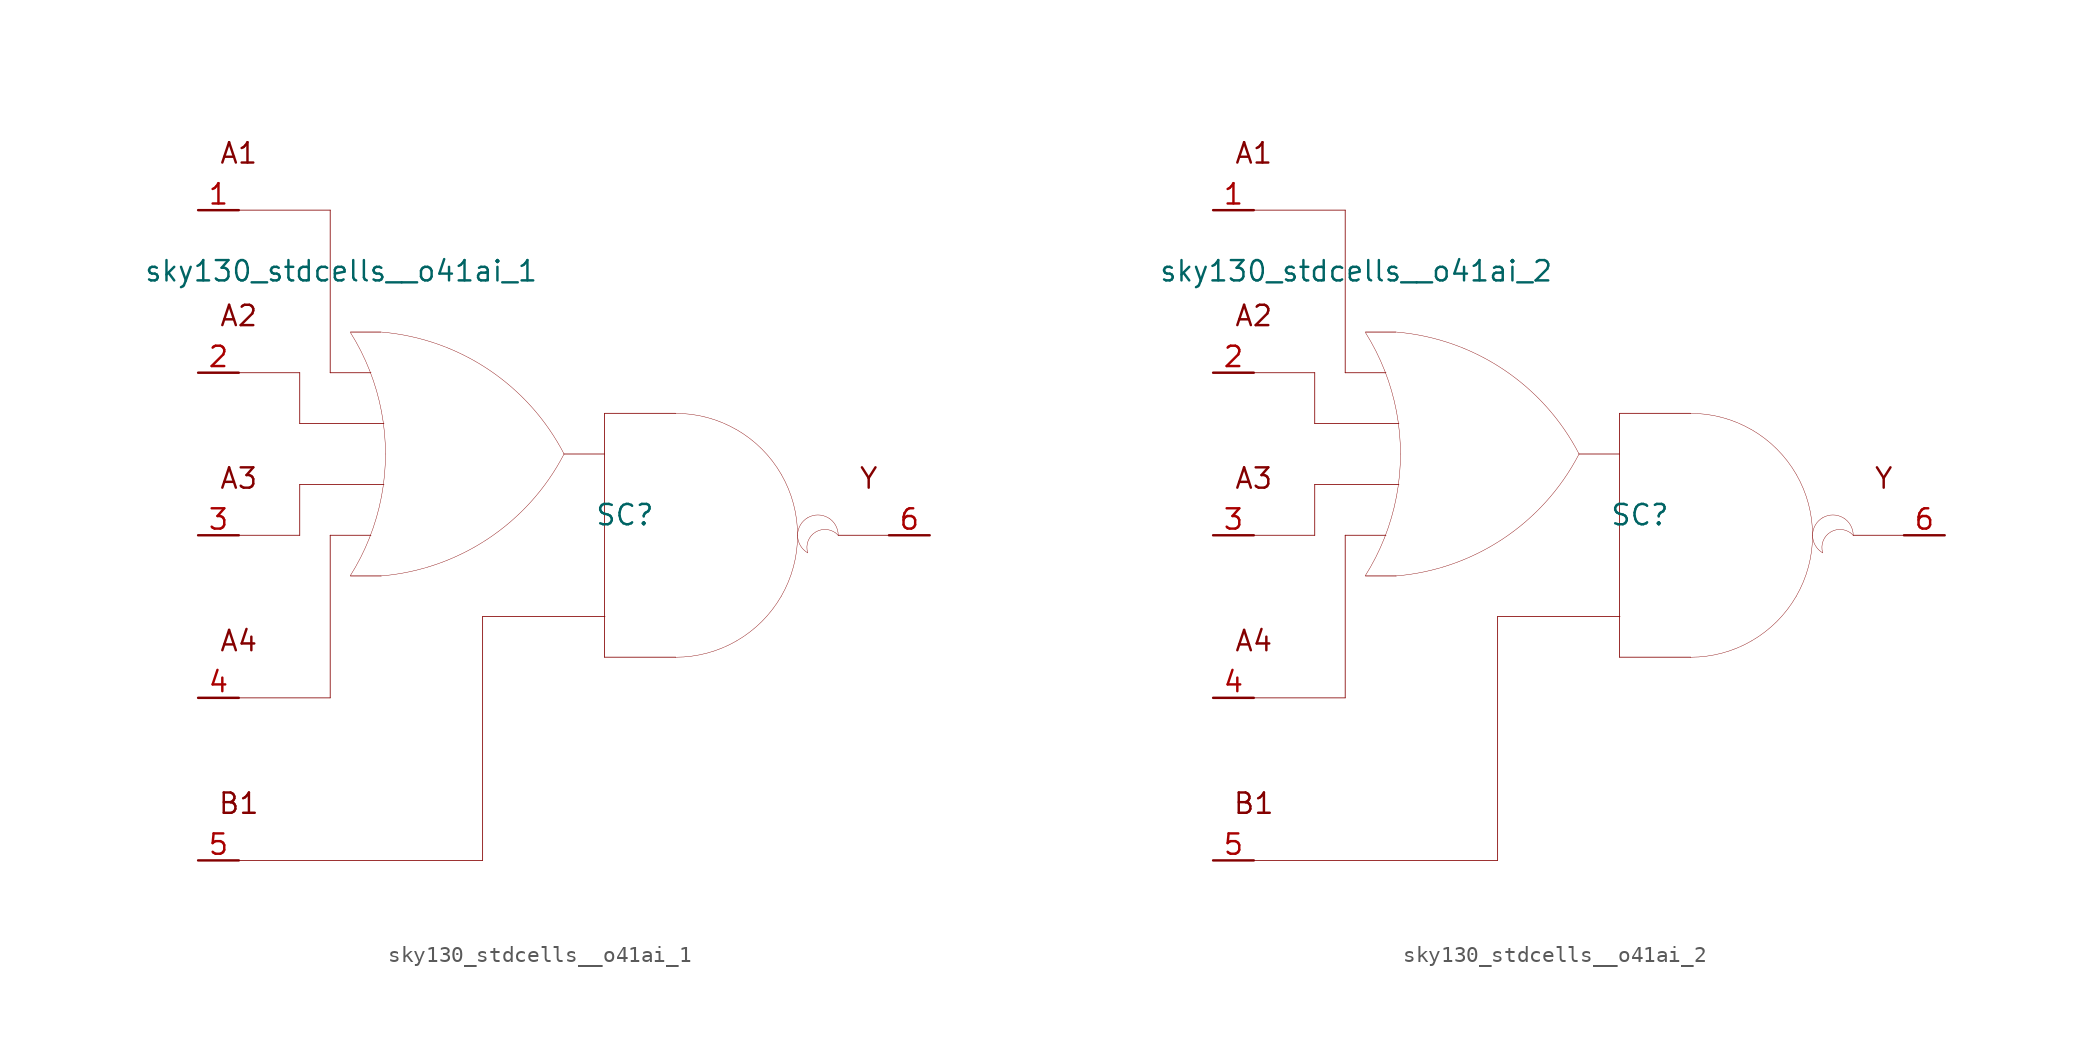
<source format=kicad_sym>
(kicad_symbol_lib
  (version 20211014)
  (generator kicad_symbol_editor)
  (symbol "sky130_stdcells__o41ai_1"
    (pin_names hide)
    (property "Reference" "SC"
      (at 3.81 1.27 0)
      (effects (font (size 1.27 1.27))))
    (property "Value" "sky130_stdcells__o41ai_1"
      (at -1.575 16.51 0)
      (effects (font (size 1.27 1.27)) (justify right)))
    (symbol "sky130_stdcells__o41ai_1_0_0"
      (arc (start -13.3555 -2.5342) (mid -12.698 -1.378) (end -12.1512 -0.1656) (stroke (width 0.0254) (type default) (color 0 0 0 0)) (fill (type none)))
      (arc (start -12.1512 -0.1656) (mid -11.7163 1.1045) (end -11.403 2.4099) (stroke (width 0.0254) (type default) (color 0 0 0 0)) (fill (type none)))
      (arc (start -12.133 10.2793) (mid -12.6812 11.5048) (end -13.3423 12.6732) (stroke (width 0.0254) (type default) (color 0 0 0 0)) (fill (type none)))
      (arc (start -11.435 -2.5431) (mid -4.741 -0.2186) (end -0.0041 5.0516) (stroke (width 0.0254) (type default) (color 0 0 0 0)) (fill (type none)))
      (arc (start -11.403 2.4099) (mid -11.2138 3.739) (end -11.1506 5.08) (stroke (width 0.0254) (type default) (color 0 0 0 0)) (fill (type none)))
      (arc (start -11.3984 7.7256) (mid -11.7061 9.0196) (end -12.133 10.2793) (stroke (width 0.0254) (type default) (color 0 0 0 0)) (fill (type none)))
      (arc (start -11.1506 5.08) (mid -11.2127 6.4086) (end -11.3984 7.7256) (stroke (width 0.0254) (type default) (color 0 0 0 0)) (fill (type none)))
      (polyline (pts (xy -20.32 -20.32) (xy -5.08 -20.32)) (stroke (width 0.051) (type default) (color 0 0 0 0)) (fill (type none)))
      (polyline (pts (xy -20.32 -10.16) (xy -14.605 -10.16)) (stroke (width 0.051) (type default) (color 0 0 0 0)) (fill (type none)))
      (polyline (pts (xy -20.32 0) (xy -16.51 0)) (stroke (width 0.051) (type default) (color 0 0 0 0)) (fill (type none)))
      (polyline (pts (xy -20.32 10.16) (xy -16.51 10.16)) (stroke (width 0.051) (type default) (color 0 0 0 0)) (fill (type none)))
      (polyline (pts (xy -20.32 20.32) (xy -14.605 20.32)) (stroke (width 0.051) (type default) (color 0 0 0 0)) (fill (type none)))
      (polyline (pts (xy -16.51 3.175) (xy -16.51 0)) (stroke (width 0.051) (type default) (color 0 0 0 0)) (fill (type none)))
      (polyline (pts (xy -16.51 3.175) (xy -11.252 3.175)) (stroke (width 0.051) (type default) (color 0 0 0 0)) (fill (type none)))
      (polyline (pts (xy -16.51 6.985) (xy -11.252 6.985)) (stroke (width 0.051) (type default) (color 0 0 0 0)) (fill (type none)))
      (polyline (pts (xy -16.51 10.16) (xy -16.51 6.985)) (stroke (width 0.051) (type default) (color 0 0 0 0)) (fill (type none)))
      (polyline (pts (xy -14.605 0) (xy -14.605 -10.16)) (stroke (width 0.051) (type default) (color 0 0 0 0)) (fill (type none)))
      (polyline (pts (xy -14.605 0) (xy -12.065 0)) (stroke (width 0.051) (type default) (color 0 0 0 0)) (fill (type none)))
      (polyline (pts (xy -14.605 10.16) (xy -12.065 10.16)) (stroke (width 0.051) (type default) (color 0 0 0 0)) (fill (type none)))
      (polyline (pts (xy -14.605 20.32) (xy -14.605 10.16)) (stroke (width 0.051) (type default) (color 0 0 0 0)) (fill (type none)))
      (polyline (pts (xy -13.335 -2.54) (xy -11.43 -2.54)) (stroke (width 0.051) (type default) (color 0 0 0 0)) (fill (type none)))
      (polyline (pts (xy -13.335 12.7) (xy -11.43 12.7)) (stroke (width 0.051) (type default) (color 0 0 0 0)) (fill (type none)))
      (polyline (pts (xy -5.08 -5.08) (xy -5.08 -20.32)) (stroke (width 0.051) (type default) (color 0 0 0 0)) (fill (type none)))
      (polyline (pts (xy -5.08 -5.08) (xy 2.565 -5.08)) (stroke (width 0.051) (type default) (color 0 0 0 0)) (fill (type none)))
      (polyline (pts (xy 0 5.08) (xy 2.54 5.08)) (stroke (width 0.051) (type default) (color 0 0 0 0)) (fill (type none)))
      (polyline (pts (xy 2.54 -7.62) (xy 6.985 -7.62)) (stroke (width 0.051) (type default) (color 0 0 0 0)) (fill (type none)))
      (polyline (pts (xy 2.54 7.62) (xy 2.54 -7.62)) (stroke (width 0.051) (type default) (color 0 0 0 0)) (fill (type none)))
      (polyline (pts (xy 2.54 7.62) (xy 6.985 7.62)) (stroke (width 0.051) (type default) (color 0 0 0 0)) (fill (type none)))
      (polyline (pts (xy 17.145 0) (xy 20.32 0)) (stroke (width 0.051) (type default) (color 0 0 0 0)) (fill (type none)))
      (arc (start 0.0187 5.0644) (mid -4.6998 10.351) (end -11.3856 12.6989) (stroke (width 0.0254) (type default) (color 0 0 0 0)) (fill (type none)))
      (arc (start 6.985 -7.62) (mid 8.9572 -7.3604) (end 10.795 -6.5991) (stroke (width 0.0254) (type default) (color 0 0 0 0)) (fill (type none)))
      (arc (start 10.795 -6.5991) (mid 12.3731 -5.3881) (end 13.5841 -3.81) (stroke (width 0.0254) (type default) (color 0 0 0 0)) (fill (type none)))
      (arc (start 10.795 6.5991) (mid 8.9572 7.3603) (end 6.985 7.62) (stroke (width 0.0254) (type default) (color 0 0 0 0)) (fill (type none)))
      (arc (start 13.5841 -3.81) (mid 14.3453 -1.9722) (end 14.605 0) (stroke (width 0.0254) (type default) (color 0 0 0 0)) (fill (type none)))
      (arc (start 13.5841 3.81) (mid 12.3731 5.3881) (end 10.795 6.5991) (stroke (width 0.0254) (type default) (color 0 0 0 0)) (fill (type none)))
      (arc (start 14.605 0) (mid 14.3454 1.9722) (end 13.5841 3.81) (stroke (width 0.0254) (type default) (color 0 0 0 0)) (fill (type none)))
      (arc (start 15.24 1.0999) (mid 14.605 0) (end 15.24 -1.0999) (stroke (width 0.0254) (type default) (color 0 0 0 0)) (fill (type none)))
      (arc (start 17.145 0) (mid 15.2881 0.4743) (end 15.24 -1.0999) (stroke (width 0.0254) (type default) (color 0 0 0 0)) (fill (type none)))
      (arc (start 17.145 0) (mid 16.51 1.0998) (end 15.24 1.0999) (stroke (width 0.0254) (type default) (color 0 0 0 0)) (fill (type none)))
      (text "A1" (at -20.32 23.876 0) (effects (font (size 1.27 1.27))))
      (text "A2" (at -20.32 13.716 0) (effects (font (size 1.27 1.27))))
      (text "A3" (at -20.32 3.556 0) (effects (font (size 1.27 1.27))))
      (text "A4" (at -20.32 -6.604 0) (effects (font (size 1.27 1.27))))
      (text "B1" (at -20.32 -16.764 0) (effects (font (size 1.27 1.27))))
      (text "Y" (at 19.05 3.556 0) (effects (font (size 1.27 1.27)))))
    (symbol "sky130_stdcells__o41ai_1_1_1"
      (pin input line (at -22.86 20.32 0) (length 2.54) (name "A1" (effects (font (size 1.092 1.092)))) (number "1" (effects (font (size 1.27 1.27)))))
      (pin input line (at -22.86 10.16 0) (length 2.54) (name "A2" (effects (font (size 1.092 1.092)))) (number "2" (effects (font (size 1.27 1.27)))))
      (pin input line (at -22.86 0 0) (length 2.54) (name "A3" (effects (font (size 1.092 1.092)))) (number "3" (effects (font (size 1.27 1.27)))))
      (pin input line (at -22.86 -10.16 0) (length 2.54) (name "A4" (effects (font (size 1.092 1.092)))) (number "4" (effects (font (size 1.27 1.27)))))
      (pin input line (at -22.86 -20.32 0) (length 2.54) (name "B1" (effects (font (size 1.092 1.092)))) (number "5" (effects (font (size 1.27 1.27)))))
      (pin output line (at 22.86 0 180) (length 2.54) (name "Y" (effects (font (size 1.092 1.092)))) (number "6" (effects (font (size 1.27 1.27)))))))
  (symbol "sky130_stdcells__o41ai_2"
    (pin_names hide)
    (property "Reference" "SC"
      (at 3.81 1.27 0)
      (effects (font (size 1.27 1.27))))
    (property "Value" "sky130_stdcells__o41ai_2"
      (at -1.575 16.51 0)
      (effects (font (size 1.27 1.27)) (justify right)))
    (symbol "sky130_stdcells__o41ai_2_0_0"
      (arc (start -13.3555 -2.5342) (mid -12.698 -1.378) (end -12.1512 -0.1656) (stroke (width 0.0254) (type default) (color 0 0 0 0)) (fill (type none)))
      (arc (start -12.1512 -0.1656) (mid -11.7163 1.1045) (end -11.403 2.4099) (stroke (width 0.0254) (type default) (color 0 0 0 0)) (fill (type none)))
      (arc (start -12.133 10.2793) (mid -12.6812 11.5048) (end -13.3423 12.6732) (stroke (width 0.0254) (type default) (color 0 0 0 0)) (fill (type none)))
      (arc (start -11.435 -2.5431) (mid -4.741 -0.2186) (end -0.0041 5.0516) (stroke (width 0.0254) (type default) (color 0 0 0 0)) (fill (type none)))
      (arc (start -11.403 2.4099) (mid -11.2138 3.739) (end -11.1506 5.08) (stroke (width 0.0254) (type default) (color 0 0 0 0)) (fill (type none)))
      (arc (start -11.3984 7.7256) (mid -11.7061 9.0196) (end -12.133 10.2793) (stroke (width 0.0254) (type default) (color 0 0 0 0)) (fill (type none)))
      (arc (start -11.1506 5.08) (mid -11.2127 6.4086) (end -11.3984 7.7256) (stroke (width 0.0254) (type default) (color 0 0 0 0)) (fill (type none)))
      (polyline (pts (xy -20.32 -20.32) (xy -5.08 -20.32)) (stroke (width 0.051) (type default) (color 0 0 0 0)) (fill (type none)))
      (polyline (pts (xy -20.32 -10.16) (xy -14.605 -10.16)) (stroke (width 0.051) (type default) (color 0 0 0 0)) (fill (type none)))
      (polyline (pts (xy -20.32 0) (xy -16.51 0)) (stroke (width 0.051) (type default) (color 0 0 0 0)) (fill (type none)))
      (polyline (pts (xy -20.32 10.16) (xy -16.51 10.16)) (stroke (width 0.051) (type default) (color 0 0 0 0)) (fill (type none)))
      (polyline (pts (xy -20.32 20.32) (xy -14.605 20.32)) (stroke (width 0.051) (type default) (color 0 0 0 0)) (fill (type none)))
      (polyline (pts (xy -16.51 3.175) (xy -16.51 0)) (stroke (width 0.051) (type default) (color 0 0 0 0)) (fill (type none)))
      (polyline (pts (xy -16.51 3.175) (xy -11.252 3.175)) (stroke (width 0.051) (type default) (color 0 0 0 0)) (fill (type none)))
      (polyline (pts (xy -16.51 6.985) (xy -11.252 6.985)) (stroke (width 0.051) (type default) (color 0 0 0 0)) (fill (type none)))
      (polyline (pts (xy -16.51 10.16) (xy -16.51 6.985)) (stroke (width 0.051) (type default) (color 0 0 0 0)) (fill (type none)))
      (polyline (pts (xy -14.605 0) (xy -14.605 -10.16)) (stroke (width 0.051) (type default) (color 0 0 0 0)) (fill (type none)))
      (polyline (pts (xy -14.605 0) (xy -12.065 0)) (stroke (width 0.051) (type default) (color 0 0 0 0)) (fill (type none)))
      (polyline (pts (xy -14.605 10.16) (xy -12.065 10.16)) (stroke (width 0.051) (type default) (color 0 0 0 0)) (fill (type none)))
      (polyline (pts (xy -14.605 20.32) (xy -14.605 10.16)) (stroke (width 0.051) (type default) (color 0 0 0 0)) (fill (type none)))
      (polyline (pts (xy -13.335 -2.54) (xy -11.43 -2.54)) (stroke (width 0.051) (type default) (color 0 0 0 0)) (fill (type none)))
      (polyline (pts (xy -13.335 12.7) (xy -11.43 12.7)) (stroke (width 0.051) (type default) (color 0 0 0 0)) (fill (type none)))
      (polyline (pts (xy -5.08 -5.08) (xy -5.08 -20.32)) (stroke (width 0.051) (type default) (color 0 0 0 0)) (fill (type none)))
      (polyline (pts (xy -5.08 -5.08) (xy 2.565 -5.08)) (stroke (width 0.051) (type default) (color 0 0 0 0)) (fill (type none)))
      (polyline (pts (xy 0 5.08) (xy 2.54 5.08)) (stroke (width 0.051) (type default) (color 0 0 0 0)) (fill (type none)))
      (polyline (pts (xy 2.54 -7.62) (xy 6.985 -7.62)) (stroke (width 0.051) (type default) (color 0 0 0 0)) (fill (type none)))
      (polyline (pts (xy 2.54 7.62) (xy 2.54 -7.62)) (stroke (width 0.051) (type default) (color 0 0 0 0)) (fill (type none)))
      (polyline (pts (xy 2.54 7.62) (xy 6.985 7.62)) (stroke (width 0.051) (type default) (color 0 0 0 0)) (fill (type none)))
      (polyline (pts (xy 17.145 0) (xy 20.32 0)) (stroke (width 0.051) (type default) (color 0 0 0 0)) (fill (type none)))
      (arc (start 0.0187 5.0644) (mid -4.6998 10.351) (end -11.3856 12.6989) (stroke (width 0.0254) (type default) (color 0 0 0 0)) (fill (type none)))
      (arc (start 6.985 -7.62) (mid 8.9572 -7.3604) (end 10.795 -6.5991) (stroke (width 0.0254) (type default) (color 0 0 0 0)) (fill (type none)))
      (arc (start 10.795 -6.5991) (mid 12.3731 -5.3881) (end 13.5841 -3.81) (stroke (width 0.0254) (type default) (color 0 0 0 0)) (fill (type none)))
      (arc (start 10.795 6.5991) (mid 8.9572 7.3603) (end 6.985 7.62) (stroke (width 0.0254) (type default) (color 0 0 0 0)) (fill (type none)))
      (arc (start 13.5841 -3.81) (mid 14.3453 -1.9722) (end 14.605 0) (stroke (width 0.0254) (type default) (color 0 0 0 0)) (fill (type none)))
      (arc (start 13.5841 3.81) (mid 12.3731 5.3881) (end 10.795 6.5991) (stroke (width 0.0254) (type default) (color 0 0 0 0)) (fill (type none)))
      (arc (start 14.605 0) (mid 14.3454 1.9722) (end 13.5841 3.81) (stroke (width 0.0254) (type default) (color 0 0 0 0)) (fill (type none)))
      (arc (start 15.24 1.0999) (mid 14.605 0) (end 15.24 -1.0999) (stroke (width 0.0254) (type default) (color 0 0 0 0)) (fill (type none)))
      (arc (start 17.145 0) (mid 15.2881 0.4743) (end 15.24 -1.0999) (stroke (width 0.0254) (type default) (color 0 0 0 0)) (fill (type none)))
      (arc (start 17.145 0) (mid 16.51 1.0998) (end 15.24 1.0999) (stroke (width 0.0254) (type default) (color 0 0 0 0)) (fill (type none)))
      (text "A1" (at -20.32 23.876 0) (effects (font (size 1.27 1.27))))
      (text "A2" (at -20.32 13.716 0) (effects (font (size 1.27 1.27))))
      (text "A3" (at -20.32 3.556 0) (effects (font (size 1.27 1.27))))
      (text "A4" (at -20.32 -6.604 0) (effects (font (size 1.27 1.27))))
      (text "B1" (at -20.32 -16.764 0) (effects (font (size 1.27 1.27))))
      (text "Y" (at 19.05 3.556 0) (effects (font (size 1.27 1.27)))))
    (symbol "sky130_stdcells__o41ai_2_1_1"
      (pin input line (at -22.86 20.32 0) (length 2.54) (name "A1" (effects (font (size 1.092 1.092)))) (number "1" (effects (font (size 1.27 1.27)))))
      (pin input line (at -22.86 10.16 0) (length 2.54) (name "A2" (effects (font (size 1.092 1.092)))) (number "2" (effects (font (size 1.27 1.27)))))
      (pin input line (at -22.86 0 0) (length 2.54) (name "A3" (effects (font (size 1.092 1.092)))) (number "3" (effects (font (size 1.27 1.27)))))
      (pin input line (at -22.86 -10.16 0) (length 2.54) (name "A4" (effects (font (size 1.092 1.092)))) (number "4" (effects (font (size 1.27 1.27)))))
      (pin input line (at -22.86 -20.32 0) (length 2.54) (name "B1" (effects (font (size 1.092 1.092)))) (number "5" (effects (font (size 1.27 1.27)))))
      (pin output line (at 22.86 0 180) (length 2.54) (name "Y" (effects (font (size 1.092 1.092)))) (number "6" (effects (font (size 1.27 1.27))))))))
</source>
